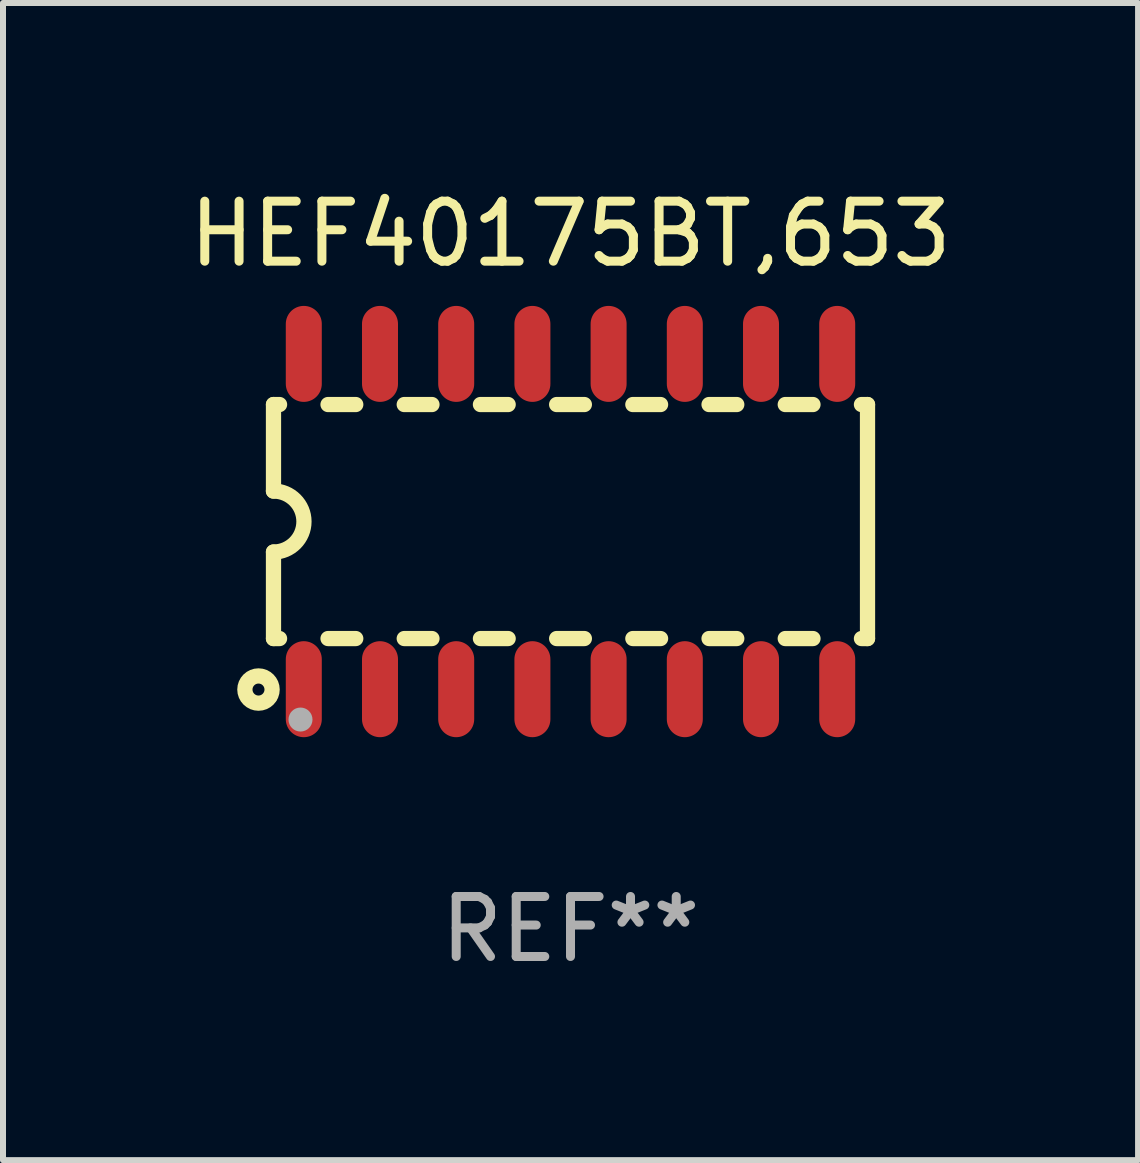
<source format=kicad_pcb>
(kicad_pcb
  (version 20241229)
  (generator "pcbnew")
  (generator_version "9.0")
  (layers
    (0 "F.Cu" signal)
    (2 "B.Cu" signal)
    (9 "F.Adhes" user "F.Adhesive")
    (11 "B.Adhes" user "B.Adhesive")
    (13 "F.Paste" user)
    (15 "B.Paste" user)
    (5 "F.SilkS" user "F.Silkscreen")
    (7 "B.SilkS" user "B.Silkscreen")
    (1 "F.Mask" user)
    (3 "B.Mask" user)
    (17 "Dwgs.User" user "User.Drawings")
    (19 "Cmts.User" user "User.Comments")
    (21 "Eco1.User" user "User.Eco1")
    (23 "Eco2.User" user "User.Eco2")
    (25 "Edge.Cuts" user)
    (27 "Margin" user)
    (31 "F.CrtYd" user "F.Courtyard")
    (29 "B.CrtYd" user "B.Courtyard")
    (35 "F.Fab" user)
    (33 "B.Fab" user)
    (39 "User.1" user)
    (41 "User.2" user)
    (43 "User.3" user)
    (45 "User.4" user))
  (footprint "HEF40175BT,653"
    (layer "F.Cu")
    (at 6.458 5.642)
    (property "Reference" "HEF40175BT,653" (at 0 -4.794 0) (layer "F.SilkS") (effects (font (size 1 1) (thickness 0.15))))
    (attr through_hole)
    (fp_line (start -4.95 -1.95) (end -4.95 -0.508) (stroke (width 0.254) (type solid)) (layer "F.SilkS"))
    (fp_line (start -4.95 -1.95) (end -4.849 -1.95) (stroke (width 0.254) (type solid)) (layer "F.SilkS"))
    (fp_line (start -4.95 1.95) (end -4.95 0.508) (stroke (width 0.254) (type solid)) (layer "F.SilkS"))
    (fp_line (start -4.95 1.95) (end -4.849 1.95) (stroke (width 0.254) (type solid)) (layer "F.SilkS"))
    (fp_line (start -4.041 -1.95) (end -3.579 -1.95) (stroke (width 0.254) (type solid)) (layer "F.SilkS"))
    (fp_line (start -4.041 1.95) (end -3.579 1.95) (stroke (width 0.254) (type solid)) (layer "F.SilkS"))
    (fp_line (start -2.771 -1.95) (end -2.309 -1.95) (stroke (width 0.254) (type solid)) (layer "F.SilkS"))
    (fp_line (start -2.771 1.95) (end -2.309 1.95) (stroke (width 0.254) (type solid)) (layer "F.SilkS"))
    (fp_line (start -1.501 -1.95) (end -1.039 -1.95) (stroke (width 0.254) (type solid)) (layer "F.SilkS"))
    (fp_line (start -1.501 1.95) (end -1.039 1.95) (stroke (width 0.254) (type solid)) (layer "F.SilkS"))
    (fp_line (start -0.231 -1.95) (end 0.231 -1.95) (stroke (width 0.254) (type solid)) (layer "F.SilkS"))
    (fp_line (start -0.231 1.95) (end 0.231 1.95) (stroke (width 0.254) (type solid)) (layer "F.SilkS"))
    (fp_line (start 1.039 -1.95) (end 1.501 -1.95) (stroke (width 0.254) (type solid)) (layer "F.SilkS"))
    (fp_line (start 1.039 1.95) (end 1.501 1.95) (stroke (width 0.254) (type solid)) (layer "F.SilkS"))
    (fp_line (start 2.309 -1.95) (end 2.771 -1.95) (stroke (width 0.254) (type solid)) (layer "F.SilkS"))
    (fp_line (start 2.309 1.95) (end 2.771 1.95) (stroke (width 0.254) (type solid)) (layer "F.SilkS"))
    (fp_line (start 3.579 -1.95) (end 4.041 -1.95) (stroke (width 0.254) (type solid)) (layer "F.SilkS"))
    (fp_line (start 3.579 1.95) (end 4.041 1.95) (stroke (width 0.254) (type solid)) (layer "F.SilkS"))
    (fp_line (start 4.849 -1.95) (end 4.95 -1.95) (stroke (width 0.254) (type solid)) (layer "F.SilkS"))
    (fp_line (start 4.849 1.95) (end 4.95 1.95) (stroke (width 0.254) (type solid)) (layer "F.SilkS"))
    (fp_line (start 4.95 -1.95) (end 4.95 1.95) (stroke (width 0.254) (type solid)) (layer "F.SilkS"))
    (fp_arc (start -4.95047 -0.508001) (mid -4.442469 -0.000228) (end -4.950013 0.508001) (stroke (width 0.254001) (type solid)) (layer "F.SilkS"))
    (fp_circle (center -5.2 2.8) (end -5.1 2.8) (stroke (width 0.254) (type solid)) (fill no) (layer "F.SilkS"))
    (fp_circle (center -4.95 2.947) (end -4.92 2.947) (stroke (width 0.06) (type solid)) (fill no) (layer "F.SilkS"))
    (fp_circle (center -4.5 3.3) (end -4.4 3.3) (stroke (width 0.2) (type solid)) (fill no) (layer "F.Fab"))
    (fp_text user "REF**" (at 0 6.794 0) (layer "F.Fab") (effects (font (size 1 1) (thickness 0.15))))
    (pad "1" smd oval (at -4.445 2.794) (size 0.6 1.6) (layers "F.Cu" "F.Mask" "F.Paste"))
    (pad "2" smd oval (at -3.175 2.794) (size 0.6 1.6) (layers "F.Cu" "F.Mask" "F.Paste"))
    (pad "3" smd oval (at -1.905 2.794) (size 0.6 1.6) (layers "F.Cu" "F.Mask" "F.Paste"))
    (pad "4" smd oval (at -0.635 2.794) (size 0.6 1.6) (layers "F.Cu" "F.Mask" "F.Paste"))
    (pad "5" smd oval (at 0.635 2.794) (size 0.6 1.6) (layers "F.Cu" "F.Mask" "F.Paste"))
    (pad "6" smd oval (at 1.905 2.794) (size 0.6 1.6) (layers "F.Cu" "F.Mask" "F.Paste"))
    (pad "7" smd oval (at 3.175 2.794) (size 0.6 1.6) (layers "F.Cu" "F.Mask" "F.Paste"))
    (pad "8" smd oval (at 4.445 2.794) (size 0.6 1.6) (layers "F.Cu" "F.Mask" "F.Paste"))
    (pad "9" smd oval (at 4.445 -2.794) (size 0.6 1.6) (layers "F.Cu" "F.Mask" "F.Paste"))
    (pad "10" smd oval (at 3.175 -2.794) (size 0.6 1.6) (layers "F.Cu" "F.Mask" "F.Paste"))
    (pad "11" smd oval (at 1.905 -2.794) (size 0.6 1.6) (layers "F.Cu" "F.Mask" "F.Paste"))
    (pad "12" smd oval (at 0.635 -2.794) (size 0.6 1.6) (layers "F.Cu" "F.Mask" "F.Paste"))
    (pad "13" smd oval (at -0.635 -2.794) (size 0.6 1.6) (layers "F.Cu" "F.Mask" "F.Paste"))
    (pad "14" smd oval (at -1.905 -2.794) (size 0.6 1.6) (layers "F.Cu" "F.Mask" "F.Paste"))
    (pad "15" smd oval (at -3.175 -2.794) (size 0.6 1.6) (layers "F.Cu" "F.Mask" "F.Paste"))
    (pad "16" smd oval (at -4.445 -2.794) (size 0.6 1.6) (layers "F.Cu" "F.Mask" "F.Paste")))
  (gr_rect
    (start -3 -3)
    (end 15.917 16.285)
    (stroke (width 0.1) (type default))
    (fill no)
    (layer "Edge.Cuts")))
</source>
